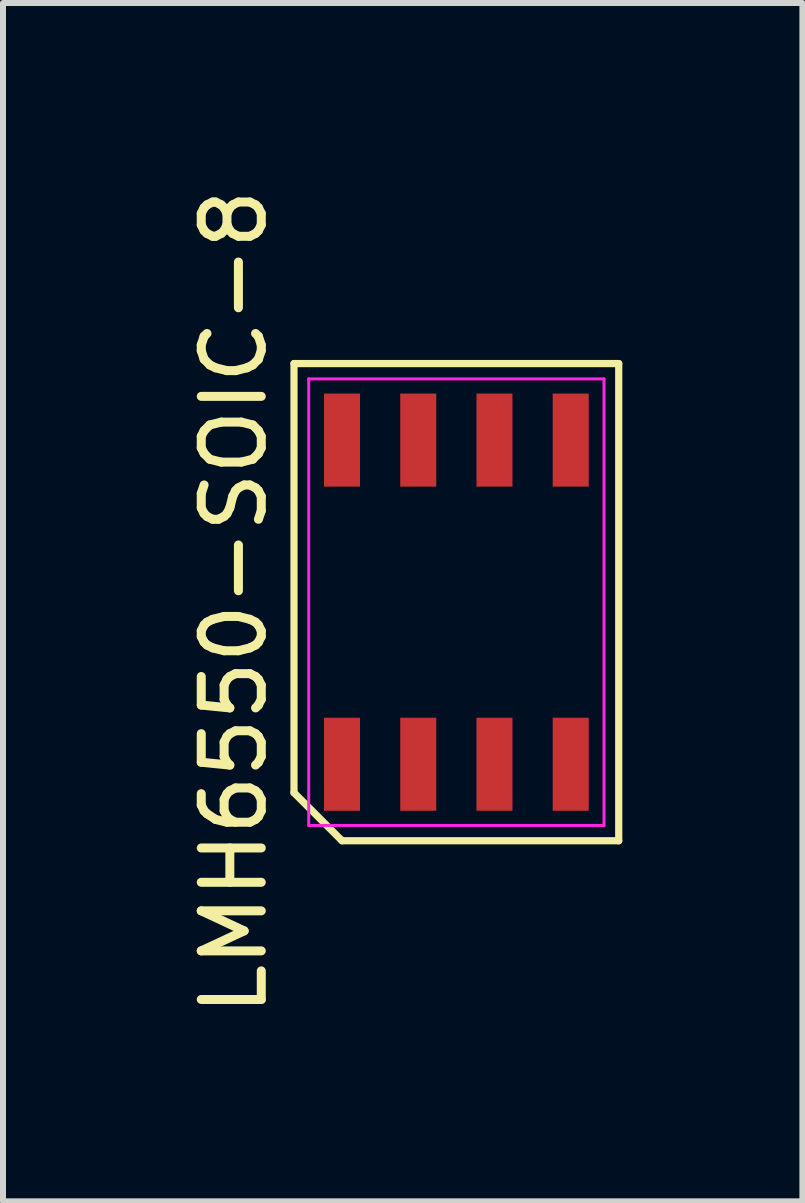
<source format=kicad_pcb>
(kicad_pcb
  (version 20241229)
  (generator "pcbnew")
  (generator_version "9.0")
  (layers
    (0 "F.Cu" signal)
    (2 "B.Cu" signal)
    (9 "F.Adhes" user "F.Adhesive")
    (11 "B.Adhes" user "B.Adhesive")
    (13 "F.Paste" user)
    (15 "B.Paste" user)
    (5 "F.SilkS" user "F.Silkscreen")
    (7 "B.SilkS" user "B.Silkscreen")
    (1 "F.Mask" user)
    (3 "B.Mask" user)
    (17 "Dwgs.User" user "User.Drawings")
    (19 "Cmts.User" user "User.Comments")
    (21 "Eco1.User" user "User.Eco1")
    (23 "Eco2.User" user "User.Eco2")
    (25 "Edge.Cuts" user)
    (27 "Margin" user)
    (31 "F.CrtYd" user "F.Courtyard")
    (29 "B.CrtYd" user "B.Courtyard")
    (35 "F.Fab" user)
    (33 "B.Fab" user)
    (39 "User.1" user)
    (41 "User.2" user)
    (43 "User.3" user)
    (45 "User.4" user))
  (footprint "LMH6550-SOIC-8"
    (layer "F.Cu")
    (at 4.553 6.982)
    (property "Reference" "LMH6550-SOIC-8" (at -3.705 0 90) (layer "F.SilkS") (effects (font (size 1 1) (thickness 0.15))))
    (attr smd)
    (fp_line (start -2.705 -3.975) (end 2.705 -3.975) (stroke (width 0.12) (type default)) (layer "F.SilkS"))
    (fp_line (start -2.705 3.175) (end -2.705 -3.975) (stroke (width 0.12) (type default)) (layer "F.SilkS"))
    (fp_line (start -1.905 3.975) (end -2.705 3.175) (stroke (width 0.12) (type default)) (layer "F.SilkS"))
    (fp_line (start 2.705 -3.975) (end 2.705 3.975) (stroke (width 0.12) (type default)) (layer "F.SilkS"))
    (fp_line (start 2.705 3.975) (end -1.905 3.975) (stroke (width 0.12) (type default)) (layer "F.SilkS"))
    (fp_line (start -2.46 -3.72) (end 2.46 -3.72) (stroke (width 0.05) (type default)) (layer "F.CrtYd"))
    (fp_line (start -2.46 3.72) (end -2.46 -3.72) (stroke (width 0.05) (type default)) (layer "F.CrtYd"))
    (fp_line (start 2.46 -3.72) (end 2.46 3.72) (stroke (width 0.05) (type default)) (layer "F.CrtYd"))
    (fp_line (start 2.46 3.72) (end -2.46 3.72) (stroke (width 0.05) (type default)) (layer "F.CrtYd"))
    (pad "1" smd rect (at -1.905 2.7) (size 0.6 1.55) (layers "F.Cu" "F.Mask" "F.Paste"))
    (pad "2" smd rect (at -0.635 2.7) (size 0.6 1.55) (layers "F.Cu" "F.Mask" "F.Paste"))
    (pad "3" smd rect (at 0.635 2.7) (size 0.6 1.55) (layers "F.Cu" "F.Mask" "F.Paste"))
    (pad "4" smd rect (at 1.905 2.7) (size 0.6 1.55) (layers "F.Cu" "F.Mask" "F.Paste"))
    (pad "5" smd rect (at 1.905 -2.7) (size 0.6 1.55) (layers "F.Cu" "F.Mask" "F.Paste"))
    (pad "6" smd rect (at 0.635 -2.7) (size 0.6 1.55) (layers "F.Cu" "F.Mask" "F.Paste"))
    (pad "7" smd rect (at -0.635 -2.7) (size 0.6 1.55) (layers "F.Cu" "F.Mask" "F.Paste"))
    (pad "8" smd rect (at -1.905 -2.7) (size 0.6 1.55) (layers "F.Cu" "F.Mask" "F.Paste")))
  (gr_rect
    (start -3 -3)
    (end 10.318 16.964)
    (stroke (width 0.1) (type default))
    (fill no)
    (layer "Edge.Cuts")))
</source>
